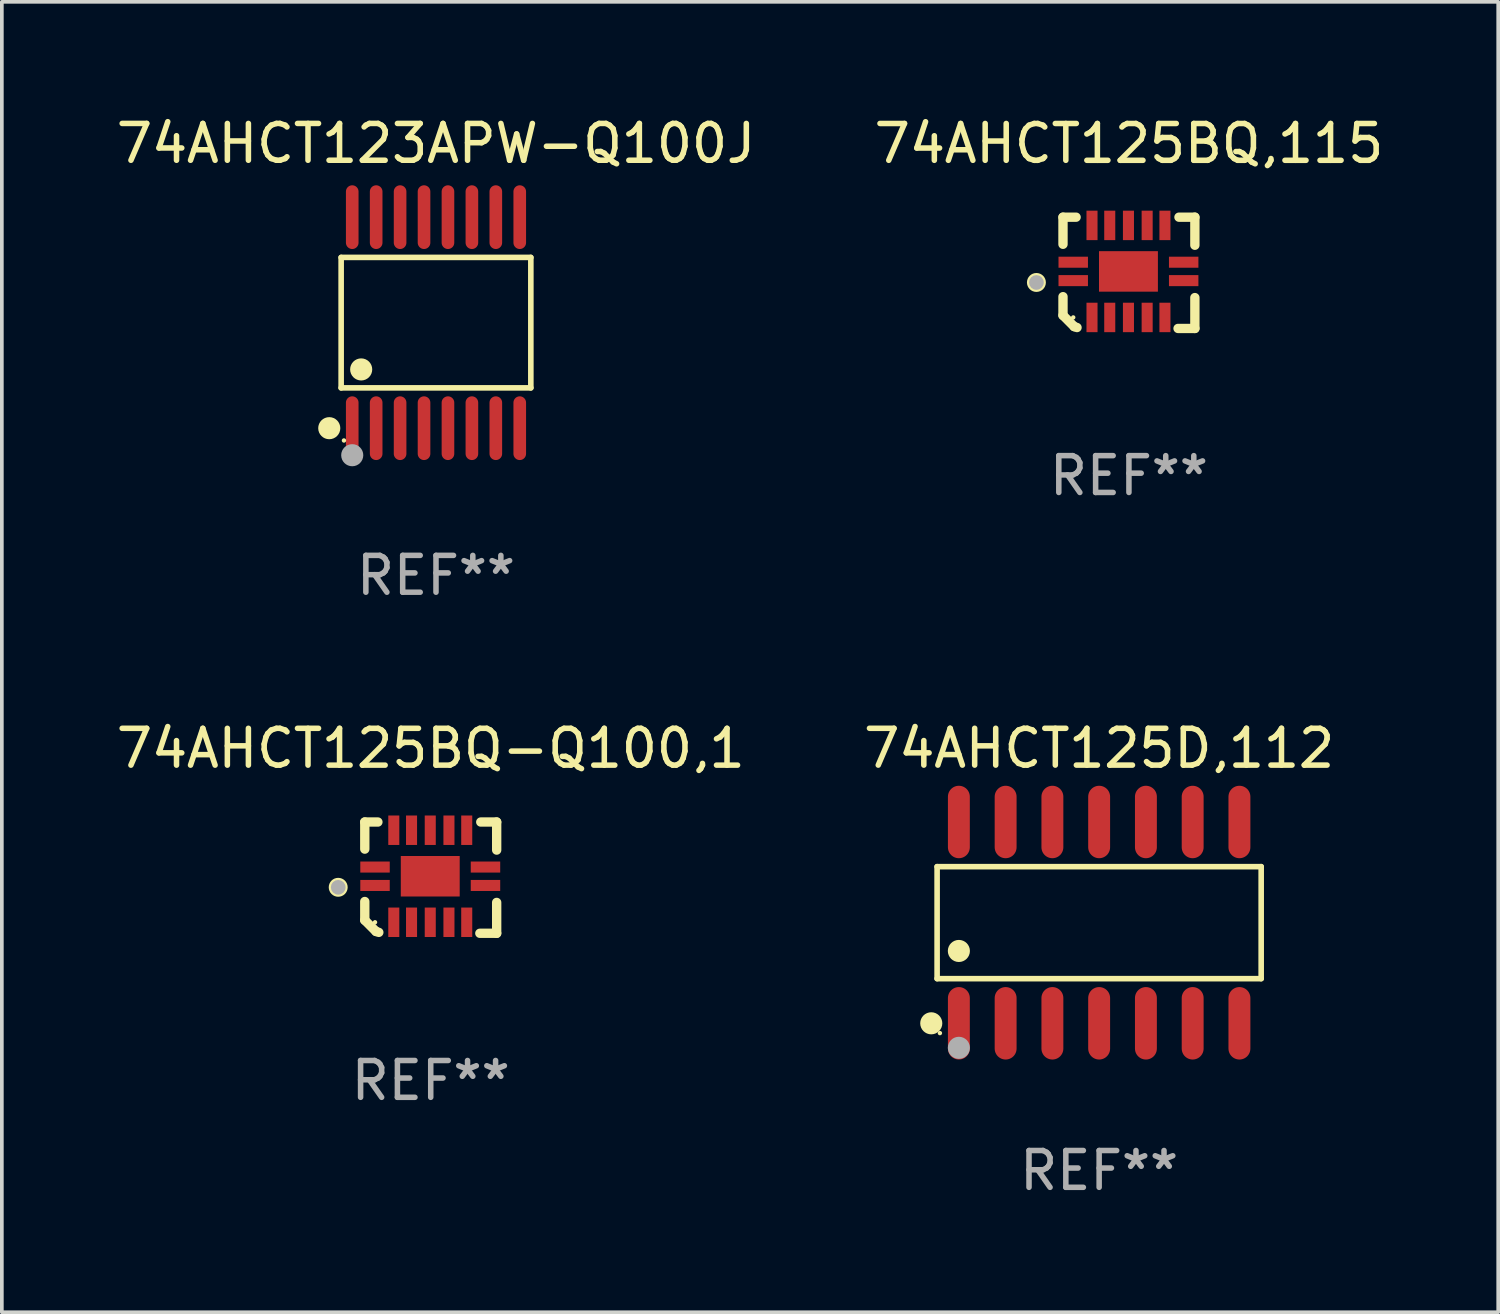
<source format=kicad_pcb>
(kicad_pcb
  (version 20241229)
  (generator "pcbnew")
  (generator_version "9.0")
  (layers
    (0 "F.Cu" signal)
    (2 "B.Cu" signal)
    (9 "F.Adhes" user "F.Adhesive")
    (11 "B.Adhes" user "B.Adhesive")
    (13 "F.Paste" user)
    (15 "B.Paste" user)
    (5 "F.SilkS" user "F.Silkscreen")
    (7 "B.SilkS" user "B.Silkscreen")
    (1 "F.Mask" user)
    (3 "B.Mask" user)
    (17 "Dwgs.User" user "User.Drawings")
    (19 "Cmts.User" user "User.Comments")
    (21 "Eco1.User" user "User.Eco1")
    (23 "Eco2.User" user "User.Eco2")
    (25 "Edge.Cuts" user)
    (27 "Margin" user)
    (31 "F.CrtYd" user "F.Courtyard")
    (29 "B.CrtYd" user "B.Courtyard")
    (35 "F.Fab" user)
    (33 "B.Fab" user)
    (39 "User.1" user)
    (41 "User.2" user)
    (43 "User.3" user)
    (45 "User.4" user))
  (footprint "74AHCT125D,112"
    (layer "F.Cu")
    (at 26.804 22.01)
    (property "Reference" "74AHCT125D,112" (at 0 -4.734 0) (layer "F.SilkS") (effects (font (size 1 1) (thickness 0.15))))
    (attr through_hole)
    (fp_line (start -4.401 -1.521) (end 4.401 -1.521) (stroke (width 0.152) (type solid)) (layer "F.SilkS"))
    (fp_line (start -4.401 1.521) (end -4.401 -1.521) (stroke (width 0.152) (type solid)) (layer "F.SilkS"))
    (fp_line (start 4.401 -1.521) (end 4.401 1.521) (stroke (width 0.152) (type solid)) (layer "F.SilkS"))
    (fp_line (start 4.401 1.521) (end -4.401 1.521) (stroke (width 0.152) (type solid)) (layer "F.SilkS"))
    (fp_circle (center -4.56 2.734) (end -4.41 2.734) (stroke (width 0.3) (type solid)) (fill no) (layer "F.SilkS"))
    (fp_circle (center -4.325 3) (end -4.295 3) (stroke (width 0.06) (type solid)) (fill no) (layer "F.SilkS"))
    (fp_circle (center -3.81 0.769) (end -3.66 0.769) (stroke (width 0.3) (type solid)) (fill no) (layer "F.SilkS"))
    (fp_circle (center -3.81 3.4) (end -3.66 3.4) (stroke (width 0.3) (type solid)) (fill no) (layer "F.Fab"))
    (fp_text user "REF**" (at 0 6.734 0) (layer "F.Fab") (effects (font (size 1 1) (thickness 0.15))))
    (pad "1" smd oval (at -3.81 2.734) (size 0.595 1.968) (layers "F.Cu" "F.Mask" "F.Paste"))
    (pad "2" smd oval (at -2.54 2.734) (size 0.595 1.968) (layers "F.Cu" "F.Mask" "F.Paste"))
    (pad "3" smd oval (at -1.27 2.734) (size 0.595 1.968) (layers "F.Cu" "F.Mask" "F.Paste"))
    (pad "4" smd oval (at 0 2.734) (size 0.595 1.968) (layers "F.Cu" "F.Mask" "F.Paste"))
    (pad "5" smd oval (at 1.27 2.734) (size 0.595 1.968) (layers "F.Cu" "F.Mask" "F.Paste"))
    (pad "6" smd oval (at 2.54 2.734) (size 0.595 1.968) (layers "F.Cu" "F.Mask" "F.Paste"))
    (pad "7" smd oval (at 3.81 2.734) (size 0.595 1.968) (layers "F.Cu" "F.Mask" "F.Paste"))
    (pad "8" smd oval (at 3.81 -2.734) (size 0.595 1.968) (layers "F.Cu" "F.Mask" "F.Paste"))
    (pad "9" smd oval (at 2.54 -2.734) (size 0.595 1.968) (layers "F.Cu" "F.Mask" "F.Paste"))
    (pad "10" smd oval (at 1.27 -2.734) (size 0.595 1.968) (layers "F.Cu" "F.Mask" "F.Paste"))
    (pad "11" smd oval (at 0 -2.734) (size 0.595 1.968) (layers "F.Cu" "F.Mask" "F.Paste"))
    (pad "12" smd oval (at -1.27 -2.734) (size 0.595 1.968) (layers "F.Cu" "F.Mask" "F.Paste"))
    (pad "13" smd oval (at -2.54 -2.734) (size 0.595 1.968) (layers "F.Cu" "F.Mask" "F.Paste"))
    (pad "14" smd oval (at -3.81 -2.734) (size 0.595 1.968) (layers "F.Cu" "F.Mask" "F.Paste")))
  (footprint "74AHCT125BQ-Q100,1"
    (layer "F.Cu")
    (at 8.649 20.788)
    (property "Reference" "74AHCT125BQ-Q100,1" (at 0 -3.511 0) (layer "F.SilkS") (effects (font (size 1 1) (thickness 0.15))))
    (attr through_hole)
    (fp_line (start -1.791 -1.511) (end -1.435 -1.511) (stroke (width 0.254) (type solid)) (layer "F.SilkS"))
    (fp_line (start -1.791 -0.775) (end -1.791 -1.511) (stroke (width 0.254) (type solid)) (layer "F.SilkS"))
    (fp_line (start -1.791 1.156) (end -1.791 0.648) (stroke (width 0.254) (type solid)) (layer "F.SilkS"))
    (fp_line (start -1.486 1.461) (end -1.791 1.156) (stroke (width 0.254) (type solid)) (layer "F.SilkS"))
    (fp_line (start -1.41 1.486) (end -1.486 1.461) (stroke (width 0.254) (type solid)) (layer "F.SilkS"))
    (fp_line (start 1.334 1.511) (end 1.791 1.511) (stroke (width 0.254) (type solid)) (layer "F.SilkS"))
    (fp_line (start 1.791 -1.511) (end 1.359 -1.511) (stroke (width 0.254) (type solid)) (layer "F.SilkS"))
    (fp_line (start 1.791 -0.749) (end 1.791 -1.511) (stroke (width 0.254) (type solid)) (layer "F.SilkS"))
    (fp_line (start 1.791 1.511) (end 1.791 0.673) (stroke (width 0.254) (type solid)) (layer "F.SilkS"))
    (fp_circle (center -2.513 0.262) (end -2.383 0.262) (stroke (width 0.254) (type solid)) (fill no) (layer "F.SilkS"))
    (fp_circle (center -1.513 1.212) (end -1.483 1.212) (stroke (width 0.06) (type solid)) (fill no) (layer "F.SilkS"))
    (fp_circle (center -2.513 0.262) (end -2.413 0.262) (stroke (width 0.2) (type solid)) (fill no) (layer "F.Fab"))
    (fp_text user "REF**" (at 0 5.511 0) (layer "F.Fab") (effects (font (size 1 1) (thickness 0.15))))
    (pad "1" smd rect (at -1.513 0.212) (size 0.8 0.3) (layers "F.Cu" "F.Mask" "F.Paste"))
    (pad "2" smd rect (at -1.003 1.212) (size 0.3 0.8) (layers "F.Cu" "F.Mask" "F.Paste"))
    (pad "3" smd rect (at -0.521 1.212) (size 0.3 0.8) (layers "F.Cu" "F.Mask" "F.Paste"))
    (pad "4" smd rect (at -0.013 1.212) (size 0.3 0.8) (layers "F.Cu" "F.Mask" "F.Paste"))
    (pad "5" smd rect (at 0.495 1.212) (size 0.3 0.8) (layers "F.Cu" "F.Mask" "F.Paste"))
    (pad "6" smd rect (at 0.978 1.212) (size 0.3 0.8) (layers "F.Cu" "F.Mask" "F.Paste"))
    (pad "7" smd rect (at 1.487 0.212) (size 0.8 0.3) (layers "F.Cu" "F.Mask" "F.Paste"))
    (pad "8" smd rect (at 1.487 -0.288) (size 0.8 0.3) (layers "F.Cu" "F.Mask" "F.Paste"))
    (pad "9" smd rect (at 0.978 -1.288) (size 0.3 0.8) (layers "F.Cu" "F.Mask" "F.Paste"))
    (pad "10" smd rect (at 0.495 -1.288) (size 0.3 0.8) (layers "F.Cu" "F.Mask" "F.Paste"))
    (pad "11" smd rect (at -0.013 -1.288) (size 0.3 0.8) (layers "F.Cu" "F.Mask" "F.Paste"))
    (pad "12" smd rect (at -0.521 -1.288) (size 0.3 0.8) (layers "F.Cu" "F.Mask" "F.Paste"))
    (pad "13" smd rect (at -1.003 -1.288) (size 0.3 0.8) (layers "F.Cu" "F.Mask" "F.Paste"))
    (pad "14" smd rect (at -1.513 -0.288) (size 0.8 0.3) (layers "F.Cu" "F.Mask" "F.Paste"))
    (pad "15" smd rect (at -0.013 -0.038 90) (size 1.1 1.6) (layers "F.Cu" "F.Mask" "F.Paste")))
  (footprint "74AHCT123APW-Q100J"
    (layer "F.Cu")
    (at 8.792 5.714)
    (property "Reference" "74AHCT123APW-Q100J" (at 0 -4.866 0) (layer "F.SilkS") (effects (font (size 1 1) (thickness 0.15))))
    (attr through_hole)
    (fp_line (start -2.576 -1.772) (end 2.576 -1.772) (stroke (width 0.152) (type solid)) (layer "F.SilkS"))
    (fp_line (start -2.576 1.771) (end -2.576 -1.772) (stroke (width 0.152) (type solid)) (layer "F.SilkS"))
    (fp_line (start 2.576 -1.772) (end 2.576 1.771) (stroke (width 0.152) (type solid)) (layer "F.SilkS"))
    (fp_line (start 2.576 1.771) (end -2.576 1.771) (stroke (width 0.152) (type solid)) (layer "F.SilkS"))
    (fp_circle (center -2.899 2.866) (end -2.749 2.866) (stroke (width 0.3) (type solid)) (fill no) (layer "F.SilkS"))
    (fp_circle (center -2.5 3.2) (end -2.47 3.2) (stroke (width 0.06) (type solid)) (fill no) (layer "F.SilkS"))
    (fp_circle (center -2.032 1.27) (end -1.882 1.27) (stroke (width 0.3) (type solid)) (fill no) (layer "F.SilkS"))
    (fp_circle (center -2.275 3.6) (end -2.125 3.6) (stroke (width 0.3) (type solid)) (fill no) (layer "F.Fab"))
    (fp_text user "REF**" (at 0 6.866 0) (layer "F.Fab") (effects (font (size 1 1) (thickness 0.15))))
    (pad "1" smd oval (at -2.275 2.866) (size 0.343 1.731) (layers "F.Cu" "F.Mask" "F.Paste"))
    (pad "2" smd oval (at -1.625 2.866) (size 0.343 1.731) (layers "F.Cu" "F.Mask" "F.Paste"))
    (pad "3" smd oval (at -0.975 2.866) (size 0.343 1.731) (layers "F.Cu" "F.Mask" "F.Paste"))
    (pad "4" smd oval (at -0.325 2.866) (size 0.343 1.731) (layers "F.Cu" "F.Mask" "F.Paste"))
    (pad "5" smd oval (at 0.325 2.866) (size 0.343 1.731) (layers "F.Cu" "F.Mask" "F.Paste"))
    (pad "6" smd oval (at 0.975 2.866) (size 0.343 1.731) (layers "F.Cu" "F.Mask" "F.Paste"))
    (pad "7" smd oval (at 1.625 2.866) (size 0.343 1.731) (layers "F.Cu" "F.Mask" "F.Paste"))
    (pad "8" smd oval (at 2.275 2.866) (size 0.343 1.731) (layers "F.Cu" "F.Mask" "F.Paste"))
    (pad "9" smd oval (at 2.275 -2.866) (size 0.343 1.731) (layers "F.Cu" "F.Mask" "F.Paste"))
    (pad "10" smd oval (at 1.625 -2.866) (size 0.343 1.731) (layers "F.Cu" "F.Mask" "F.Paste"))
    (pad "11" smd oval (at 0.975 -2.866) (size 0.343 1.731) (layers "F.Cu" "F.Mask" "F.Paste"))
    (pad "12" smd oval (at 0.325 -2.866) (size 0.343 1.731) (layers "F.Cu" "F.Mask" "F.Paste"))
    (pad "13" smd oval (at -0.325 -2.866) (size 0.343 1.731) (layers "F.Cu" "F.Mask" "F.Paste"))
    (pad "14" smd oval (at -0.975 -2.866) (size 0.343 1.731) (layers "F.Cu" "F.Mask" "F.Paste"))
    (pad "15" smd oval (at -1.625 -2.866) (size 0.343 1.731) (layers "F.Cu" "F.Mask" "F.Paste"))
    (pad "16" smd oval (at -2.275 -2.866) (size 0.343 1.731) (layers "F.Cu" "F.Mask" "F.Paste")))
  (footprint "74AHCT125BQ,115"
    (layer "F.Cu")
    (at 27.613 4.36)
    (property "Reference" "74AHCT125BQ,115" (at 0 -3.511 0) (layer "F.SilkS") (effects (font (size 1 1) (thickness 0.15))))
    (attr through_hole)
    (fp_line (start -1.791 -1.511) (end -1.435 -1.511) (stroke (width 0.254) (type solid)) (layer "F.SilkS"))
    (fp_line (start -1.791 -0.775) (end -1.791 -1.511) (stroke (width 0.254) (type solid)) (layer "F.SilkS"))
    (fp_line (start -1.791 1.156) (end -1.791 0.648) (stroke (width 0.254) (type solid)) (layer "F.SilkS"))
    (fp_line (start -1.486 1.461) (end -1.791 1.156) (stroke (width 0.254) (type solid)) (layer "F.SilkS"))
    (fp_line (start -1.41 1.486) (end -1.486 1.461) (stroke (width 0.254) (type solid)) (layer "F.SilkS"))
    (fp_line (start 1.334 1.511) (end 1.791 1.511) (stroke (width 0.254) (type solid)) (layer "F.SilkS"))
    (fp_line (start 1.791 -1.511) (end 1.359 -1.511) (stroke (width 0.254) (type solid)) (layer "F.SilkS"))
    (fp_line (start 1.791 -0.749) (end 1.791 -1.511) (stroke (width 0.254) (type solid)) (layer "F.SilkS"))
    (fp_line (start 1.791 1.511) (end 1.791 0.673) (stroke (width 0.254) (type solid)) (layer "F.SilkS"))
    (fp_circle (center -2.513 0.262) (end -2.383 0.262) (stroke (width 0.254) (type solid)) (fill no) (layer "F.SilkS"))
    (fp_circle (center -1.513 1.212) (end -1.483 1.212) (stroke (width 0.06) (type solid)) (fill no) (layer "F.SilkS"))
    (fp_circle (center -2.513 0.262) (end -2.413 0.262) (stroke (width 0.2) (type solid)) (fill no) (layer "F.Fab"))
    (fp_text user "REF**" (at 0 5.511 0) (layer "F.Fab") (effects (font (size 1 1) (thickness 0.15))))
    (pad "1" smd rect (at -1.513 0.212) (size 0.8 0.3) (layers "F.Cu" "F.Mask" "F.Paste"))
    (pad "2" smd rect (at -1.003 1.212) (size 0.3 0.8) (layers "F.Cu" "F.Mask" "F.Paste"))
    (pad "3" smd rect (at -0.521 1.212) (size 0.3 0.8) (layers "F.Cu" "F.Mask" "F.Paste"))
    (pad "4" smd rect (at -0.013 1.212) (size 0.3 0.8) (layers "F.Cu" "F.Mask" "F.Paste"))
    (pad "5" smd rect (at 0.495 1.212) (size 0.3 0.8) (layers "F.Cu" "F.Mask" "F.Paste"))
    (pad "6" smd rect (at 0.978 1.212) (size 0.3 0.8) (layers "F.Cu" "F.Mask" "F.Paste"))
    (pad "7" smd rect (at 1.487 0.212) (size 0.8 0.3) (layers "F.Cu" "F.Mask" "F.Paste"))
    (pad "8" smd rect (at 1.487 -0.288) (size 0.8 0.3) (layers "F.Cu" "F.Mask" "F.Paste"))
    (pad "9" smd rect (at 0.978 -1.288) (size 0.3 0.8) (layers "F.Cu" "F.Mask" "F.Paste"))
    (pad "10" smd rect (at 0.495 -1.288) (size 0.3 0.8) (layers "F.Cu" "F.Mask" "F.Paste"))
    (pad "11" smd rect (at -0.013 -1.288) (size 0.3 0.8) (layers "F.Cu" "F.Mask" "F.Paste"))
    (pad "12" smd rect (at -0.521 -1.288) (size 0.3 0.8) (layers "F.Cu" "F.Mask" "F.Paste"))
    (pad "13" smd rect (at -1.003 -1.288) (size 0.3 0.8) (layers "F.Cu" "F.Mask" "F.Paste"))
    (pad "14" smd rect (at -1.513 -0.288) (size 0.8 0.3) (layers "F.Cu" "F.Mask" "F.Paste"))
    (pad "15" smd rect (at -0.013 -0.038 90) (size 1.1 1.6) (layers "F.Cu" "F.Mask" "F.Paste")))
  (gr_rect
    (start -3 -3)
    (end 37.643 32.592)
    (stroke (width 0.1) (type default))
    (fill no)
    (layer "Edge.Cuts")))
</source>
